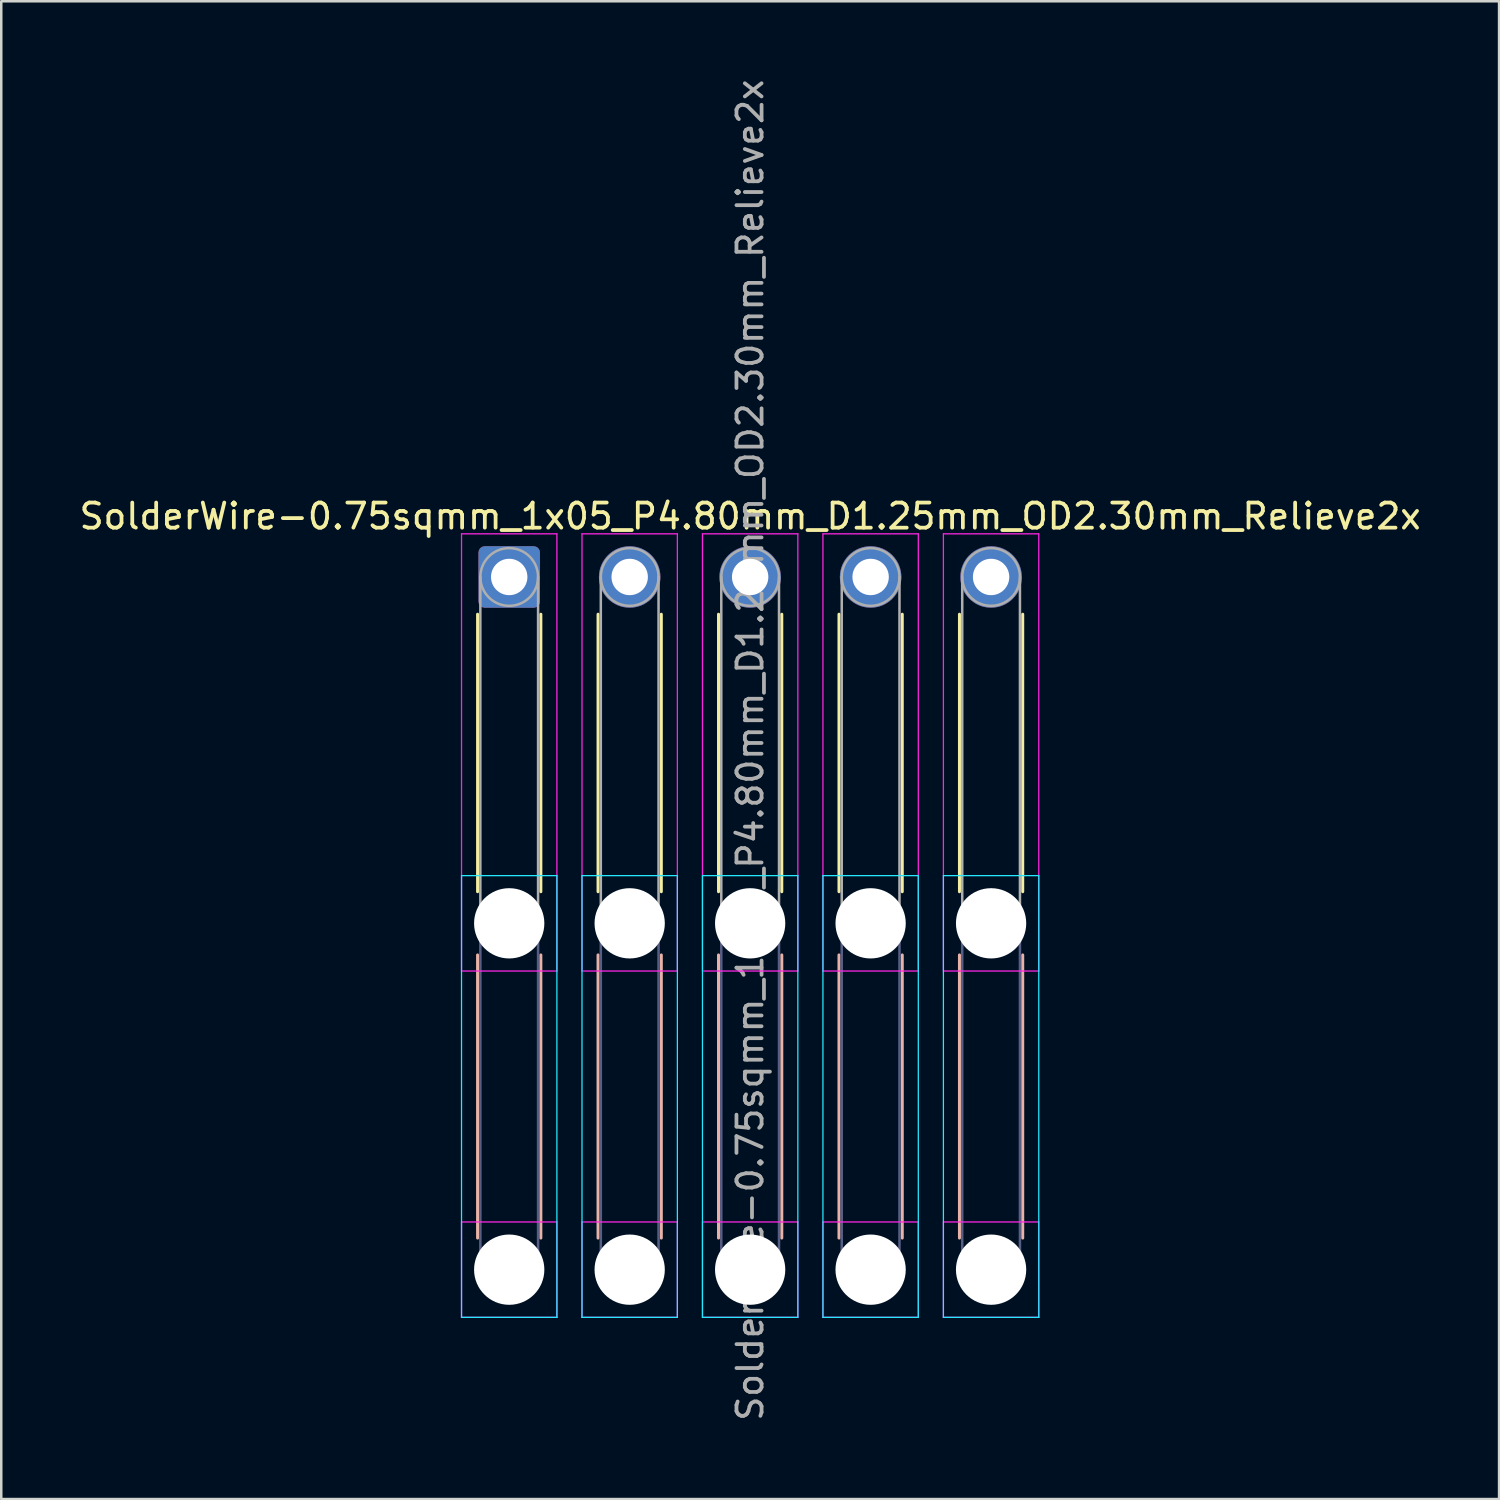
<source format=kicad_pcb>
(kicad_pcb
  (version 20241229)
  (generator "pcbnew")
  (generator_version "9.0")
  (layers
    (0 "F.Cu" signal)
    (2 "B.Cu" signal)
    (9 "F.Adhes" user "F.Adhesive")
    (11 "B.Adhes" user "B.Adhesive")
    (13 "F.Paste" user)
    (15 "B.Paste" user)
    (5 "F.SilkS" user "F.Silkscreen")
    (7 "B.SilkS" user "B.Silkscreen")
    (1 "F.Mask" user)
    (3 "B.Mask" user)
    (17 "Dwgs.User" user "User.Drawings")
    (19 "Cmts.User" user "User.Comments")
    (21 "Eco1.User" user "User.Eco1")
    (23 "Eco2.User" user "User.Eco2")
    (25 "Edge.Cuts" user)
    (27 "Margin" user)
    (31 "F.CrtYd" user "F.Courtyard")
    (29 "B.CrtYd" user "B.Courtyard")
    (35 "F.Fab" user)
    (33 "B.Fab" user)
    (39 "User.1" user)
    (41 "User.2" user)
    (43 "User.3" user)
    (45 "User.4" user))
  (footprint "SolderWire-0.75sqmm_1x05_P4.80mm_D1.25mm_OD2.30mm_Relieve2x"
    (layer "F.Cu")
    (at 17.239 19.939)
    (property "Reference" "SolderWire-0.75sqmm_1x05_P4.80mm_D1.25mm_OD2.30mm_Relieve2x" (at 9.6 -2.42 0) (layer "F.SilkS") (effects (font (size 1 1) (thickness 0.15))))
    (attr exclude_from_pos_files exclude_from_bom)
    (fp_line (start -1.26 1.485) (end -1.26 12.54) (stroke (width 0.12) (type solid)) (layer "F.SilkS"))
    (fp_line (start 1.26 1.485) (end 1.26 12.54) (stroke (width 0.12) (type solid)) (layer "F.SilkS"))
    (fp_line (start 3.54 1.485) (end 3.54 12.54) (stroke (width 0.12) (type solid)) (layer "F.SilkS"))
    (fp_line (start 6.06 1.485) (end 6.06 12.54) (stroke (width 0.12) (type solid)) (layer "F.SilkS"))
    (fp_line (start 8.34 1.485) (end 8.34 12.54) (stroke (width 0.12) (type solid)) (layer "F.SilkS"))
    (fp_line (start 10.86 1.485) (end 10.86 12.54) (stroke (width 0.12) (type solid)) (layer "F.SilkS"))
    (fp_line (start 13.14 1.485) (end 13.14 12.54) (stroke (width 0.12) (type solid)) (layer "F.SilkS"))
    (fp_line (start 15.66 1.485) (end 15.66 12.54) (stroke (width 0.12) (type solid)) (layer "F.SilkS"))
    (fp_line (start 17.94 1.485) (end 17.94 12.54) (stroke (width 0.12) (type solid)) (layer "F.SilkS"))
    (fp_line (start 20.46 1.485) (end 20.46 12.54) (stroke (width 0.12) (type solid)) (layer "F.SilkS"))
    (fp_line (start -1.26 15.06) (end -1.26 26.34) (stroke (width 0.12) (type solid)) (layer "B.SilkS"))
    (fp_line (start 1.26 15.06) (end 1.26 26.34) (stroke (width 0.12) (type solid)) (layer "B.SilkS"))
    (fp_line (start 3.54 15.06) (end 3.54 26.34) (stroke (width 0.12) (type solid)) (layer "B.SilkS"))
    (fp_line (start 6.06 15.06) (end 6.06 26.34) (stroke (width 0.12) (type solid)) (layer "B.SilkS"))
    (fp_line (start 8.34 15.06) (end 8.34 26.34) (stroke (width 0.12) (type solid)) (layer "B.SilkS"))
    (fp_line (start 10.86 15.06) (end 10.86 26.34) (stroke (width 0.12) (type solid)) (layer "B.SilkS"))
    (fp_line (start 13.14 15.06) (end 13.14 26.34) (stroke (width 0.12) (type solid)) (layer "B.SilkS"))
    (fp_line (start 15.66 15.06) (end 15.66 26.34) (stroke (width 0.12) (type solid)) (layer "B.SilkS"))
    (fp_line (start 17.94 15.06) (end 17.94 26.34) (stroke (width 0.12) (type solid)) (layer "B.SilkS"))
    (fp_line (start 20.46 15.06) (end 20.46 26.34) (stroke (width 0.12) (type solid)) (layer "B.SilkS"))
    (fp_line (start -1.9 11.9) (end -1.9 29.5) (stroke (width 0.05) (type solid)) (layer "B.CrtYd"))
    (fp_line (start -1.9 29.5) (end 1.9 29.5) (stroke (width 0.05) (type solid)) (layer "B.CrtYd"))
    (fp_line (start 1.9 11.9) (end -1.9 11.9) (stroke (width 0.05) (type solid)) (layer "B.CrtYd"))
    (fp_line (start 1.9 29.5) (end 1.9 11.9) (stroke (width 0.05) (type solid)) (layer "B.CrtYd"))
    (fp_line (start 2.9 11.9) (end 2.9 29.5) (stroke (width 0.05) (type solid)) (layer "B.CrtYd"))
    (fp_line (start 2.9 29.5) (end 6.7 29.5) (stroke (width 0.05) (type solid)) (layer "B.CrtYd"))
    (fp_line (start 6.7 11.9) (end 2.9 11.9) (stroke (width 0.05) (type solid)) (layer "B.CrtYd"))
    (fp_line (start 6.7 29.5) (end 6.7 11.9) (stroke (width 0.05) (type solid)) (layer "B.CrtYd"))
    (fp_line (start 7.7 11.9) (end 7.7 29.5) (stroke (width 0.05) (type solid)) (layer "B.CrtYd"))
    (fp_line (start 7.7 29.5) (end 11.5 29.5) (stroke (width 0.05) (type solid)) (layer "B.CrtYd"))
    (fp_line (start 11.5 11.9) (end 7.7 11.9) (stroke (width 0.05) (type solid)) (layer "B.CrtYd"))
    (fp_line (start 11.5 29.5) (end 11.5 11.9) (stroke (width 0.05) (type solid)) (layer "B.CrtYd"))
    (fp_line (start 12.5 11.9) (end 12.5 29.5) (stroke (width 0.05) (type solid)) (layer "B.CrtYd"))
    (fp_line (start 12.5 29.5) (end 16.3 29.5) (stroke (width 0.05) (type solid)) (layer "B.CrtYd"))
    (fp_line (start 16.3 11.9) (end 12.5 11.9) (stroke (width 0.05) (type solid)) (layer "B.CrtYd"))
    (fp_line (start 16.3 29.5) (end 16.3 11.9) (stroke (width 0.05) (type solid)) (layer "B.CrtYd"))
    (fp_line (start 17.3 11.9) (end 17.3 29.5) (stroke (width 0.05) (type solid)) (layer "B.CrtYd"))
    (fp_line (start 17.3 29.5) (end 21.1 29.5) (stroke (width 0.05) (type solid)) (layer "B.CrtYd"))
    (fp_line (start 21.1 11.9) (end 17.3 11.9) (stroke (width 0.05) (type solid)) (layer "B.CrtYd"))
    (fp_line (start 21.1 29.5) (end 21.1 11.9) (stroke (width 0.05) (type solid)) (layer "B.CrtYd"))
    (fp_line (start -1.9 -1.72) (end -1.9 15.7) (stroke (width 0.05) (type solid)) (layer "F.CrtYd"))
    (fp_line (start -1.9 15.7) (end 1.9 15.7) (stroke (width 0.05) (type solid)) (layer "F.CrtYd"))
    (fp_line (start -1.9 25.7) (end -1.9 29.5) (stroke (width 0.05) (type solid)) (layer "F.CrtYd"))
    (fp_line (start -1.9 29.5) (end 1.9 29.5) (stroke (width 0.05) (type solid)) (layer "F.CrtYd"))
    (fp_line (start 1.9 -1.72) (end -1.9 -1.72) (stroke (width 0.05) (type solid)) (layer "F.CrtYd"))
    (fp_line (start 1.9 15.7) (end 1.9 -1.72) (stroke (width 0.05) (type solid)) (layer "F.CrtYd"))
    (fp_line (start 1.9 25.7) (end -1.9 25.7) (stroke (width 0.05) (type solid)) (layer "F.CrtYd"))
    (fp_line (start 1.9 29.5) (end 1.9 25.7) (stroke (width 0.05) (type solid)) (layer "F.CrtYd"))
    (fp_line (start 2.9 -1.72) (end 2.9 15.7) (stroke (width 0.05) (type solid)) (layer "F.CrtYd"))
    (fp_line (start 2.9 15.7) (end 6.7 15.7) (stroke (width 0.05) (type solid)) (layer "F.CrtYd"))
    (fp_line (start 2.9 25.7) (end 2.9 29.5) (stroke (width 0.05) (type solid)) (layer "F.CrtYd"))
    (fp_line (start 2.9 29.5) (end 6.7 29.5) (stroke (width 0.05) (type solid)) (layer "F.CrtYd"))
    (fp_line (start 6.7 -1.72) (end 2.9 -1.72) (stroke (width 0.05) (type solid)) (layer "F.CrtYd"))
    (fp_line (start 6.7 15.7) (end 6.7 -1.72) (stroke (width 0.05) (type solid)) (layer "F.CrtYd"))
    (fp_line (start 6.7 25.7) (end 2.9 25.7) (stroke (width 0.05) (type solid)) (layer "F.CrtYd"))
    (fp_line (start 6.7 29.5) (end 6.7 25.7) (stroke (width 0.05) (type solid)) (layer "F.CrtYd"))
    (fp_line (start 7.7 -1.72) (end 7.7 15.7) (stroke (width 0.05) (type solid)) (layer "F.CrtYd"))
    (fp_line (start 7.7 15.7) (end 11.5 15.7) (stroke (width 0.05) (type solid)) (layer "F.CrtYd"))
    (fp_line (start 7.7 25.7) (end 7.7 29.5) (stroke (width 0.05) (type solid)) (layer "F.CrtYd"))
    (fp_line (start 7.7 29.5) (end 11.5 29.5) (stroke (width 0.05) (type solid)) (layer "F.CrtYd"))
    (fp_line (start 11.5 -1.72) (end 7.7 -1.72) (stroke (width 0.05) (type solid)) (layer "F.CrtYd"))
    (fp_line (start 11.5 15.7) (end 11.5 -1.72) (stroke (width 0.05) (type solid)) (layer "F.CrtYd"))
    (fp_line (start 11.5 25.7) (end 7.7 25.7) (stroke (width 0.05) (type solid)) (layer "F.CrtYd"))
    (fp_line (start 11.5 29.5) (end 11.5 25.7) (stroke (width 0.05) (type solid)) (layer "F.CrtYd"))
    (fp_line (start 12.5 -1.72) (end 12.5 15.7) (stroke (width 0.05) (type solid)) (layer "F.CrtYd"))
    (fp_line (start 12.5 15.7) (end 16.3 15.7) (stroke (width 0.05) (type solid)) (layer "F.CrtYd"))
    (fp_line (start 12.5 25.7) (end 12.5 29.5) (stroke (width 0.05) (type solid)) (layer "F.CrtYd"))
    (fp_line (start 12.5 29.5) (end 16.3 29.5) (stroke (width 0.05) (type solid)) (layer "F.CrtYd"))
    (fp_line (start 16.3 -1.72) (end 12.5 -1.72) (stroke (width 0.05) (type solid)) (layer "F.CrtYd"))
    (fp_line (start 16.3 15.7) (end 16.3 -1.72) (stroke (width 0.05) (type solid)) (layer "F.CrtYd"))
    (fp_line (start 16.3 25.7) (end 12.5 25.7) (stroke (width 0.05) (type solid)) (layer "F.CrtYd"))
    (fp_line (start 16.3 29.5) (end 16.3 25.7) (stroke (width 0.05) (type solid)) (layer "F.CrtYd"))
    (fp_line (start 17.3 -1.72) (end 17.3 15.7) (stroke (width 0.05) (type solid)) (layer "F.CrtYd"))
    (fp_line (start 17.3 15.7) (end 21.1 15.7) (stroke (width 0.05) (type solid)) (layer "F.CrtYd"))
    (fp_line (start 17.3 25.7) (end 17.3 29.5) (stroke (width 0.05) (type solid)) (layer "F.CrtYd"))
    (fp_line (start 17.3 29.5) (end 21.1 29.5) (stroke (width 0.05) (type solid)) (layer "F.CrtYd"))
    (fp_line (start 21.1 -1.72) (end 17.3 -1.72) (stroke (width 0.05) (type solid)) (layer "F.CrtYd"))
    (fp_line (start 21.1 15.7) (end 21.1 -1.72) (stroke (width 0.05) (type solid)) (layer "F.CrtYd"))
    (fp_line (start 21.1 25.7) (end 17.3 25.7) (stroke (width 0.05) (type solid)) (layer "F.CrtYd"))
    (fp_line (start 21.1 29.5) (end 21.1 25.7) (stroke (width 0.05) (type solid)) (layer "F.CrtYd"))
    (fp_line (start -1.15 13.8) (end -1.15 27.6) (stroke (width 0.1) (type solid)) (layer "B.Fab"))
    (fp_line (start 1.15 13.8) (end 1.15 27.6) (stroke (width 0.1) (type solid)) (layer "B.Fab"))
    (fp_line (start 3.65 13.8) (end 3.65 27.6) (stroke (width 0.1) (type solid)) (layer "B.Fab"))
    (fp_line (start 5.95 13.8) (end 5.95 27.6) (stroke (width 0.1) (type solid)) (layer "B.Fab"))
    (fp_line (start 8.45 13.8) (end 8.45 27.6) (stroke (width 0.1) (type solid)) (layer "B.Fab"))
    (fp_line (start 10.75 13.8) (end 10.75 27.6) (stroke (width 0.1) (type solid)) (layer "B.Fab"))
    (fp_line (start 13.25 13.8) (end 13.25 27.6) (stroke (width 0.1) (type solid)) (layer "B.Fab"))
    (fp_line (start 15.55 13.8) (end 15.55 27.6) (stroke (width 0.1) (type solid)) (layer "B.Fab"))
    (fp_line (start 18.05 13.8) (end 18.05 27.6) (stroke (width 0.1) (type solid)) (layer "B.Fab"))
    (fp_line (start 20.35 13.8) (end 20.35 27.6) (stroke (width 0.1) (type solid)) (layer "B.Fab"))
    (fp_circle (center 0 13.8) (end 1.15 13.8) (stroke (width 0.1) (type solid)) (fill no) (layer "B.Fab"))
    (fp_circle (center 0 27.6) (end 1.15 27.6) (stroke (width 0.1) (type solid)) (fill no) (layer "B.Fab"))
    (fp_circle (center 4.8 13.8) (end 5.95 13.8) (stroke (width 0.1) (type solid)) (fill no) (layer "B.Fab"))
    (fp_circle (center 4.8 27.6) (end 5.95 27.6) (stroke (width 0.1) (type solid)) (fill no) (layer "B.Fab"))
    (fp_circle (center 9.6 13.8) (end 10.75 13.8) (stroke (width 0.1) (type solid)) (fill no) (layer "B.Fab"))
    (fp_circle (center 9.6 27.6) (end 10.75 27.6) (stroke (width 0.1) (type solid)) (fill no) (layer "B.Fab"))
    (fp_circle (center 14.4 13.8) (end 15.55 13.8) (stroke (width 0.1) (type solid)) (fill no) (layer "B.Fab"))
    (fp_circle (center 14.4 27.6) (end 15.55 27.6) (stroke (width 0.1) (type solid)) (fill no) (layer "B.Fab"))
    (fp_circle (center 19.2 13.8) (end 20.35 13.8) (stroke (width 0.1) (type solid)) (fill no) (layer "B.Fab"))
    (fp_circle (center 19.2 27.6) (end 20.35 27.6) (stroke (width 0.1) (type solid)) (fill no) (layer "B.Fab"))
    (fp_line (start -1.15 0) (end -1.15 13.8) (stroke (width 0.1) (type solid)) (layer "F.Fab"))
    (fp_line (start 1.15 0) (end 1.15 13.8) (stroke (width 0.1) (type solid)) (layer "F.Fab"))
    (fp_line (start 3.65 0) (end 3.65 13.8) (stroke (width 0.1) (type solid)) (layer "F.Fab"))
    (fp_line (start 5.95 0) (end 5.95 13.8) (stroke (width 0.1) (type solid)) (layer "F.Fab"))
    (fp_line (start 8.45 0) (end 8.45 13.8) (stroke (width 0.1) (type solid)) (layer "F.Fab"))
    (fp_line (start 10.75 0) (end 10.75 13.8) (stroke (width 0.1) (type solid)) (layer "F.Fab"))
    (fp_line (start 13.25 0) (end 13.25 13.8) (stroke (width 0.1) (type solid)) (layer "F.Fab"))
    (fp_line (start 15.55 0) (end 15.55 13.8) (stroke (width 0.1) (type solid)) (layer "F.Fab"))
    (fp_line (start 18.05 0) (end 18.05 13.8) (stroke (width 0.1) (type solid)) (layer "F.Fab"))
    (fp_line (start 20.35 0) (end 20.35 13.8) (stroke (width 0.1) (type solid)) (layer "F.Fab"))
    (fp_circle (center 0 0) (end 1.15 0) (stroke (width 0.1) (type solid)) (fill no) (layer "F.Fab"))
    (fp_circle (center 0 13.8) (end 1.15 13.8) (stroke (width 0.1) (type solid)) (fill no) (layer "F.Fab"))
    (fp_circle (center 0 27.6) (end 1.15 27.6) (stroke (width 0.1) (type solid)) (fill no) (layer "F.Fab"))
    (fp_circle (center 4.8 0) (end 5.95 0) (stroke (width 0.1) (type solid)) (fill no) (layer "F.Fab"))
    (fp_circle (center 4.8 13.8) (end 5.95 13.8) (stroke (width 0.1) (type solid)) (fill no) (layer "F.Fab"))
    (fp_circle (center 4.8 27.6) (end 5.95 27.6) (stroke (width 0.1) (type solid)) (fill no) (layer "F.Fab"))
    (fp_circle (center 9.6 0) (end 10.75 0) (stroke (width 0.1) (type solid)) (fill no) (layer "F.Fab"))
    (fp_circle (center 9.6 13.8) (end 10.75 13.8) (stroke (width 0.1) (type solid)) (fill no) (layer "F.Fab"))
    (fp_circle (center 9.6 27.6) (end 10.75 27.6) (stroke (width 0.1) (type solid)) (fill no) (layer "F.Fab"))
    (fp_circle (center 14.4 0) (end 15.55 0) (stroke (width 0.1) (type solid)) (fill no) (layer "F.Fab"))
    (fp_circle (center 14.4 13.8) (end 15.55 13.8) (stroke (width 0.1) (type solid)) (fill no) (layer "F.Fab"))
    (fp_circle (center 14.4 27.6) (end 15.55 27.6) (stroke (width 0.1) (type solid)) (fill no) (layer "F.Fab"))
    (fp_circle (center 19.2 0) (end 20.35 0) (stroke (width 0.1) (type solid)) (fill no) (layer "F.Fab"))
    (fp_circle (center 19.2 13.8) (end 20.35 13.8) (stroke (width 0.1) (type solid)) (fill no) (layer "F.Fab"))
    (fp_circle (center 19.2 27.6) (end 20.35 27.6) (stroke (width 0.1) (type solid)) (fill no) (layer "F.Fab"))
    (fp_text user "${REFERENCE}" (at 9.6 6.9 90) (layer "F.Fab") (effects (font (size 1 1) (thickness 0.15))))
    (pad "" np_thru_hole circle (at 0 13.8) (size 2.8 2.8) (drill 2.8) (layers "*.Cu" "*.Mask"))
    (pad "" np_thru_hole circle (at 0 27.6) (size 2.8 2.8) (drill 2.8) (layers "*.Cu" "*.Mask"))
    (pad "" np_thru_hole circle (at 4.8 13.8) (size 2.8 2.8) (drill 2.8) (layers "*.Cu" "*.Mask"))
    (pad "" np_thru_hole circle (at 4.8 27.6) (size 2.8 2.8) (drill 2.8) (layers "*.Cu" "*.Mask"))
    (pad "" np_thru_hole circle (at 9.6 13.8) (size 2.8 2.8) (drill 2.8) (layers "*.Cu" "*.Mask"))
    (pad "" np_thru_hole circle (at 9.6 27.6) (size 2.8 2.8) (drill 2.8) (layers "*.Cu" "*.Mask"))
    (pad "" np_thru_hole circle (at 14.4 13.8) (size 2.8 2.8) (drill 2.8) (layers "*.Cu" "*.Mask"))
    (pad "" np_thru_hole circle (at 14.4 27.6) (size 2.8 2.8) (drill 2.8) (layers "*.Cu" "*.Mask"))
    (pad "" np_thru_hole circle (at 19.2 13.8) (size 2.8 2.8) (drill 2.8) (layers "*.Cu" "*.Mask"))
    (pad "" np_thru_hole circle (at 19.2 27.6) (size 2.8 2.8) (drill 2.8) (layers "*.Cu" "*.Mask"))
    (pad "1" thru_hole roundrect (at 0 0) (size 2.45 2.45) (drill 1.45) (layers "*.Cu" "*.Mask") (roundrect_rratio 0.102))
    (pad "2" thru_hole circle (at 4.8 0) (size 2.45 2.45) (drill 1.45) (layers "*.Cu" "*.Mask"))
    (pad "3" thru_hole circle (at 9.6 0) (size 2.45 2.45) (drill 1.45) (layers "*.Cu" "*.Mask"))
    (pad "4" thru_hole circle (at 14.4 0) (size 2.45 2.45) (drill 1.45) (layers "*.Cu" "*.Mask"))
    (pad "5" thru_hole circle (at 19.2 0) (size 2.45 2.45) (drill 1.45) (layers "*.Cu" "*.Mask")))
  (gr_rect
    (start -3 -3)
    (end 56.679 56.679)
    (stroke (width 0.1) (type default))
    (fill no)
    (layer "Edge.Cuts")))
</source>
